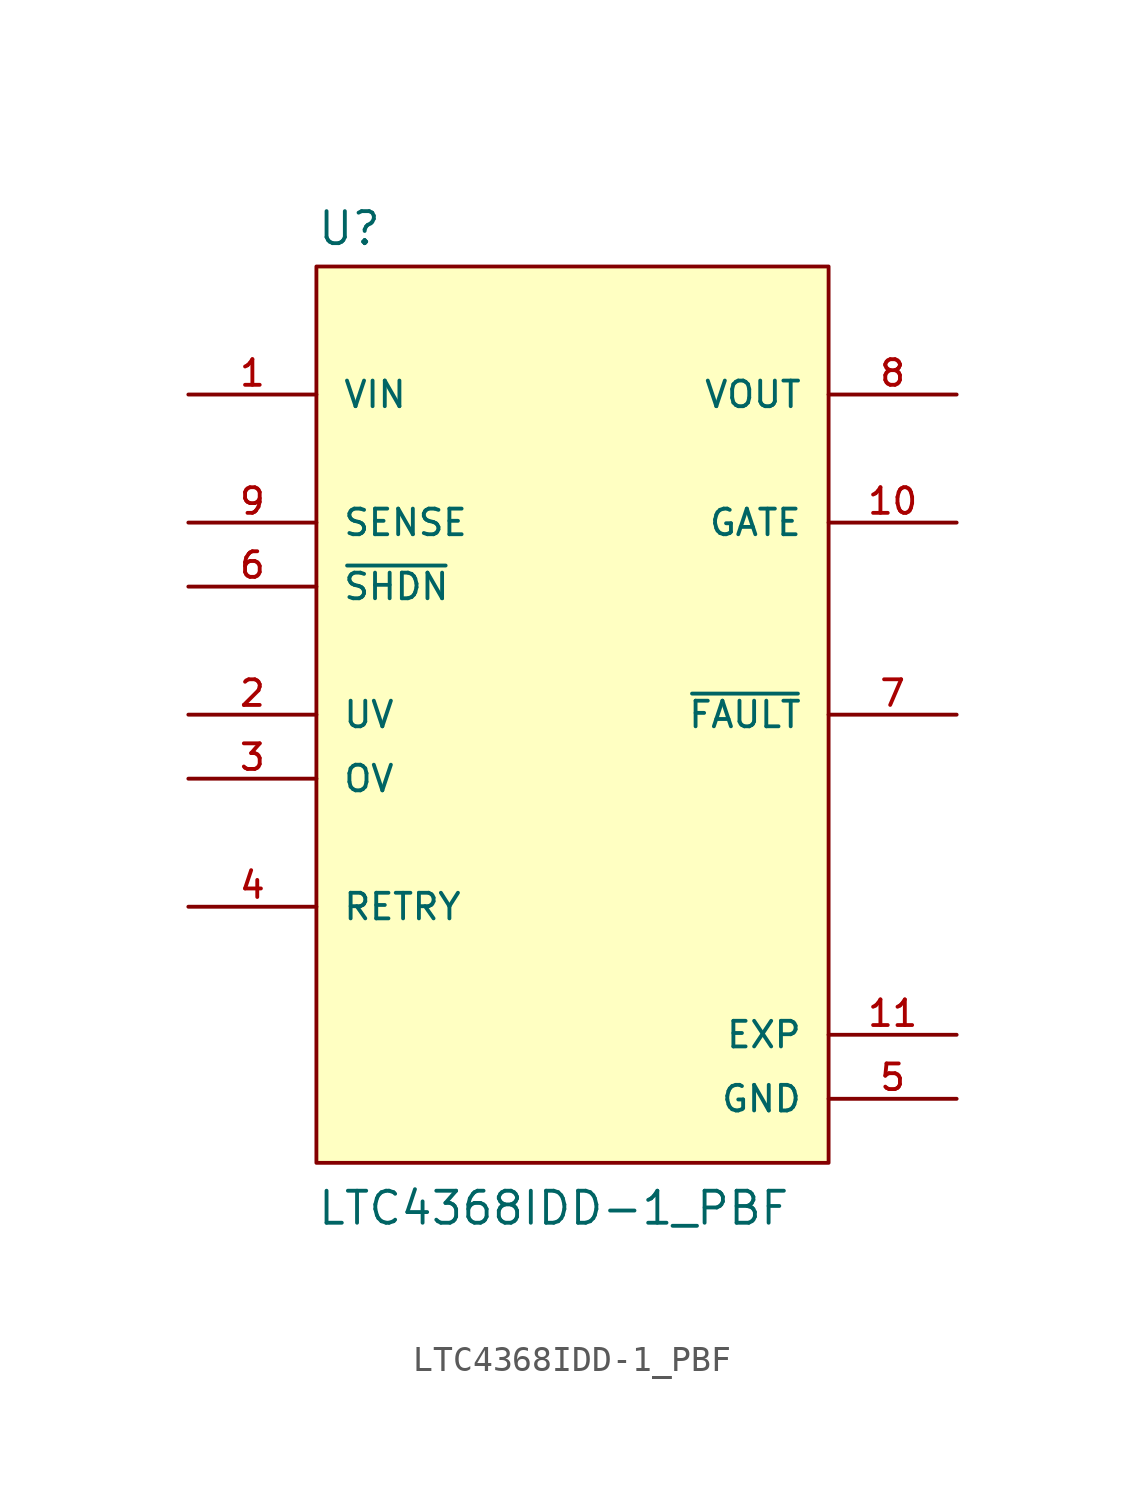
<source format=kicad_sym>
(kicad_symbol_lib
  (version 20211014)
  (generator kicad_symbol_editor)
  (symbol "LTC4368IDD-1_PBF"
    (pin_names
      (offset 1.016))
    (property "Reference" "U"
      (at -10.16 18.542 0)
      (effects (font (size 1.27 1.27)) (justify bottom left)))
    (property "Value" "LTC4368IDD-1_PBF"
      (at -10.16 -20.32 0)
      (effects (font (size 1.27 1.27)) (justify bottom left)))
    (symbol "LTC4368IDD-1_PBF_0_0"
      (rectangle (start -10.16 -17.78) (end 10.16 17.78) (stroke (width 0.152)) (fill (type background)))
      (pin output line (at 15.24 0.0 180.0) (length 5.08) (name "~{FAULT}" (effects (font (size 1.016 1.016)))) (number "7" (effects (font (size 1.016 1.016)))))
      (pin output line (at 15.24 7.62 180.0) (length 5.08) (name "GATE" (effects (font (size 1.016 1.016)))) (number "10" (effects (font (size 1.016 1.016)))))
      (pin power_in line (at 15.24 -15.24 180.0) (length 5.08) (name "GND" (effects (font (size 1.016 1.016)))) (number "5" (effects (font (size 1.016 1.016)))))
      (pin input line (at -15.24 -2.54 0) (length 5.08) (name "OV" (effects (font (size 1.016 1.016)))) (number "3" (effects (font (size 1.016 1.016)))))
      (pin input line (at -15.24 -7.62 0) (length 5.08) (name "RETRY" (effects (font (size 1.016 1.016)))) (number "4" (effects (font (size 1.016 1.016)))))
      (pin input line (at -15.24 7.62 0) (length 5.08) (name "SENSE" (effects (font (size 1.016 1.016)))) (number "9" (effects (font (size 1.016 1.016)))))
      (pin input line (at -15.24 5.08 0) (length 5.08) (name "~{SHDN}" (effects (font (size 1.016 1.016)))) (number "6" (effects (font (size 1.016 1.016)))))
      (pin input line (at -15.24 0.0 0) (length 5.08) (name "UV" (effects (font (size 1.016 1.016)))) (number "2" (effects (font (size 1.016 1.016)))))
      (pin input line (at -15.24 12.7 0) (length 5.08) (name "VIN" (effects (font (size 1.016 1.016)))) (number "1" (effects (font (size 1.016 1.016)))))
      (pin output line (at 15.24 12.7 180.0) (length 5.08) (name "VOUT" (effects (font (size 1.016 1.016)))) (number "8" (effects (font (size 1.016 1.016)))))
      (pin power_in line (at 15.24 -12.7 180.0) (length 5.08) (name "EXP" (effects (font (size 1.016 1.016)))) (number "11" (effects (font (size 1.016 1.016))))))))
</source>
